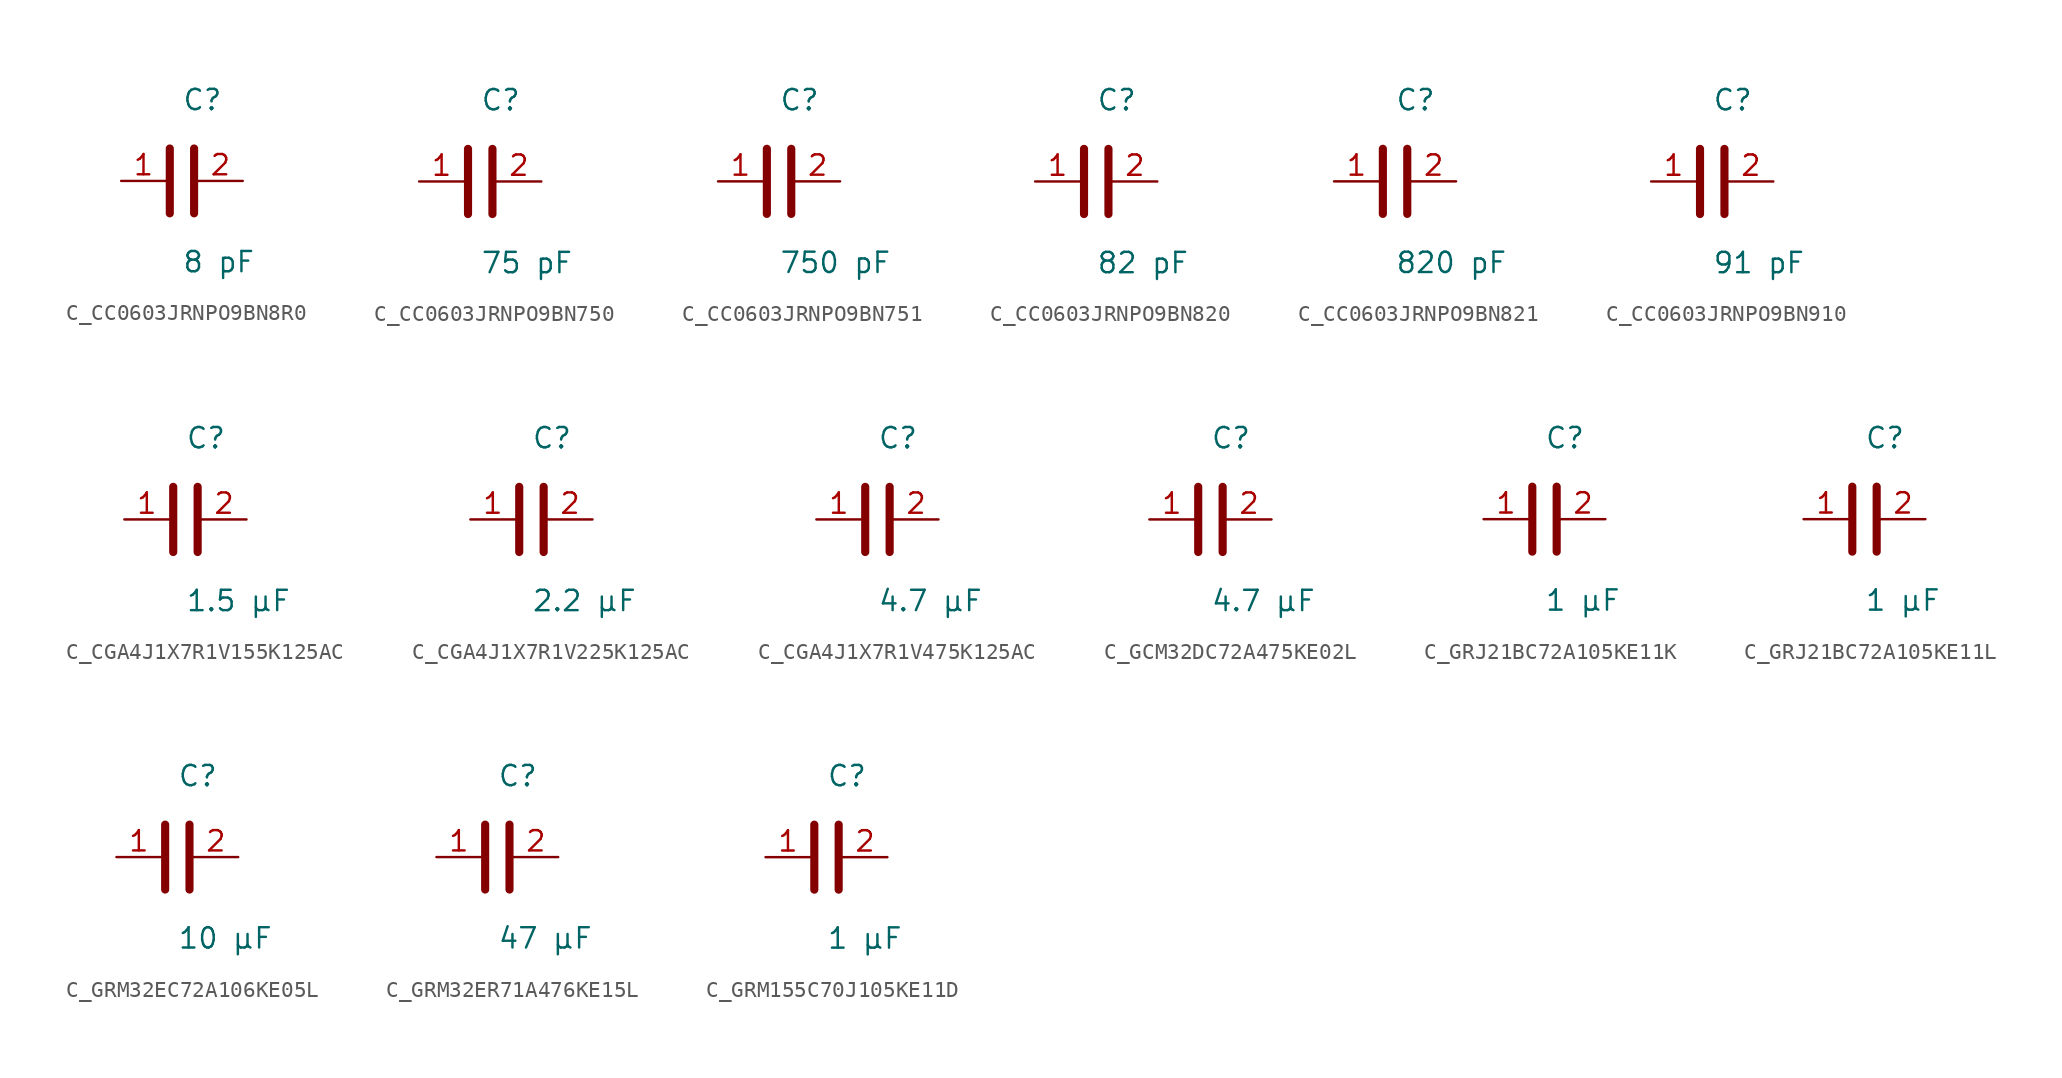
<source format=kicad_sym>
(kicad_symbol_lib
  (version 20231120)
  (generator kicad_symbol_editor)
  (generator_version 8.0)
  (symbol "C_CC0603JRNPO9BN8R0"
    (pin_names
      (offset 0.254))
    (property "Reference" "C"
      (at 0.0 5.08 0)
      (effects (font (size 1.27 1.27)) (justify left)))
    (property "Value" "8 pF"
      (at 0.0 -5.08 0)
      (effects (font (size 1.27 1.27)) (justify left)))
    (symbol "C_CC0603JRNPO9BN8R0_0_1"
      (polyline (pts (xy -0.762 -2.032) (xy -0.762 2.032)) (stroke (width 0.508) (type default)) (fill (type none)))
      (polyline (pts (xy 0.762 -2.032) (xy 0.762 2.032)) (stroke (width 0.508) (type default)) (fill (type none))))
    (pin unspecified line
      (at -3.81 0 0)
      (length 2.8)
      (name "" (effects (font (size 1.27 1.27))))
      (number "1" (effects (font (size 1.27 1.27)))))
    (pin unspecified line
      (at 3.81 0 180)
      (length 2.8)
      (name "" (effects (font (size 1.27 1.27))))
      (number "2" (effects (font (size 1.27 1.27))))))
  (symbol "C_CC0603JRNPO9BN750"
    (pin_names
      (offset 0.254))
    (property "Reference" "C"
      (at 0.0 5.08 0)
      (effects (font (size 1.27 1.27)) (justify left)))
    (property "Value" "75 pF"
      (at 0.0 -5.08 0)
      (effects (font (size 1.27 1.27)) (justify left)))
    (symbol "C_CC0603JRNPO9BN750_0_1"
      (polyline (pts (xy -0.762 -2.032) (xy -0.762 2.032)) (stroke (width 0.508) (type default)) (fill (type none)))
      (polyline (pts (xy 0.762 -2.032) (xy 0.762 2.032)) (stroke (width 0.508) (type default)) (fill (type none))))
    (pin unspecified line
      (at -3.81 0 0)
      (length 2.8)
      (name "" (effects (font (size 1.27 1.27))))
      (number "1" (effects (font (size 1.27 1.27)))))
    (pin unspecified line
      (at 3.81 0 180)
      (length 2.8)
      (name "" (effects (font (size 1.27 1.27))))
      (number "2" (effects (font (size 1.27 1.27))))))
  (symbol "C_CC0603JRNPO9BN751"
    (pin_names
      (offset 0.254))
    (property "Reference" "C"
      (at 0.0 5.08 0)
      (effects (font (size 1.27 1.27)) (justify left)))
    (property "Value" "750 pF"
      (at 0.0 -5.08 0)
      (effects (font (size 1.27 1.27)) (justify left)))
    (symbol "C_CC0603JRNPO9BN751_0_1"
      (polyline (pts (xy -0.762 -2.032) (xy -0.762 2.032)) (stroke (width 0.508) (type default)) (fill (type none)))
      (polyline (pts (xy 0.762 -2.032) (xy 0.762 2.032)) (stroke (width 0.508) (type default)) (fill (type none))))
    (pin unspecified line
      (at -3.81 0 0)
      (length 2.8)
      (name "" (effects (font (size 1.27 1.27))))
      (number "1" (effects (font (size 1.27 1.27)))))
    (pin unspecified line
      (at 3.81 0 180)
      (length 2.8)
      (name "" (effects (font (size 1.27 1.27))))
      (number "2" (effects (font (size 1.27 1.27))))))
  (symbol "C_CC0603JRNPO9BN820"
    (pin_names
      (offset 0.254))
    (property "Reference" "C"
      (at 0.0 5.08 0)
      (effects (font (size 1.27 1.27)) (justify left)))
    (property "Value" "82 pF"
      (at 0.0 -5.08 0)
      (effects (font (size 1.27 1.27)) (justify left)))
    (symbol "C_CC0603JRNPO9BN820_0_1"
      (polyline (pts (xy -0.762 -2.032) (xy -0.762 2.032)) (stroke (width 0.508) (type default)) (fill (type none)))
      (polyline (pts (xy 0.762 -2.032) (xy 0.762 2.032)) (stroke (width 0.508) (type default)) (fill (type none))))
    (pin unspecified line
      (at -3.81 0 0)
      (length 2.8)
      (name "" (effects (font (size 1.27 1.27))))
      (number "1" (effects (font (size 1.27 1.27)))))
    (pin unspecified line
      (at 3.81 0 180)
      (length 2.8)
      (name "" (effects (font (size 1.27 1.27))))
      (number "2" (effects (font (size 1.27 1.27))))))
  (symbol "C_CC0603JRNPO9BN821"
    (pin_names
      (offset 0.254))
    (property "Reference" "C"
      (at 0.0 5.08 0)
      (effects (font (size 1.27 1.27)) (justify left)))
    (property "Value" "820 pF"
      (at 0.0 -5.08 0)
      (effects (font (size 1.27 1.27)) (justify left)))
    (symbol "C_CC0603JRNPO9BN821_0_1"
      (polyline (pts (xy -0.762 -2.032) (xy -0.762 2.032)) (stroke (width 0.508) (type default)) (fill (type none)))
      (polyline (pts (xy 0.762 -2.032) (xy 0.762 2.032)) (stroke (width 0.508) (type default)) (fill (type none))))
    (pin unspecified line
      (at -3.81 0 0)
      (length 2.8)
      (name "" (effects (font (size 1.27 1.27))))
      (number "1" (effects (font (size 1.27 1.27)))))
    (pin unspecified line
      (at 3.81 0 180)
      (length 2.8)
      (name "" (effects (font (size 1.27 1.27))))
      (number "2" (effects (font (size 1.27 1.27))))))
  (symbol "C_CC0603JRNPO9BN910"
    (pin_names
      (offset 0.254))
    (property "Reference" "C"
      (at 0.0 5.08 0)
      (effects (font (size 1.27 1.27)) (justify left)))
    (property "Value" "91 pF"
      (at 0.0 -5.08 0)
      (effects (font (size 1.27 1.27)) (justify left)))
    (symbol "C_CC0603JRNPO9BN910_0_1"
      (polyline (pts (xy -0.762 -2.032) (xy -0.762 2.032)) (stroke (width 0.508) (type default)) (fill (type none)))
      (polyline (pts (xy 0.762 -2.032) (xy 0.762 2.032)) (stroke (width 0.508) (type default)) (fill (type none))))
    (pin unspecified line
      (at -3.81 0 0)
      (length 2.8)
      (name "" (effects (font (size 1.27 1.27))))
      (number "1" (effects (font (size 1.27 1.27)))))
    (pin unspecified line
      (at 3.81 0 180)
      (length 2.8)
      (name "" (effects (font (size 1.27 1.27))))
      (number "2" (effects (font (size 1.27 1.27))))))
  (symbol "C_CGA4J1X7R1V155K125AC"
    (pin_names
      (offset 0.254))
    (property "Reference" "C"
      (at 0.0 5.08 0)
      (effects (font (size 1.27 1.27)) (justify left)))
    (property "Value" "1.5 µF"
      (at 0.0 -5.08 0)
      (effects (font (size 1.27 1.27)) (justify left)))
    (symbol "C_CGA4J1X7R1V155K125AC_0_1"
      (polyline (pts (xy -0.762 -2.032) (xy -0.762 2.032)) (stroke (width 0.508) (type default)) (fill (type none)))
      (polyline (pts (xy 0.762 -2.032) (xy 0.762 2.032)) (stroke (width 0.508) (type default)) (fill (type none))))
    (pin unspecified line
      (at -3.81 0 0)
      (length 2.8)
      (name "" (effects (font (size 1.27 1.27))))
      (number "1" (effects (font (size 1.27 1.27)))))
    (pin unspecified line
      (at 3.81 0 180)
      (length 2.8)
      (name "" (effects (font (size 1.27 1.27))))
      (number "2" (effects (font (size 1.27 1.27))))))
  (symbol "C_CGA4J1X7R1V225K125AC"
    (pin_names
      (offset 0.254))
    (property "Reference" "C"
      (at 0.0 5.08 0)
      (effects (font (size 1.27 1.27)) (justify left)))
    (property "Value" "2.2 µF"
      (at 0.0 -5.08 0)
      (effects (font (size 1.27 1.27)) (justify left)))
    (symbol "C_CGA4J1X7R1V225K125AC_0_1"
      (polyline (pts (xy -0.762 -2.032) (xy -0.762 2.032)) (stroke (width 0.508) (type default)) (fill (type none)))
      (polyline (pts (xy 0.762 -2.032) (xy 0.762 2.032)) (stroke (width 0.508) (type default)) (fill (type none))))
    (pin unspecified line
      (at -3.81 0 0)
      (length 2.8)
      (name "" (effects (font (size 1.27 1.27))))
      (number "1" (effects (font (size 1.27 1.27)))))
    (pin unspecified line
      (at 3.81 0 180)
      (length 2.8)
      (name "" (effects (font (size 1.27 1.27))))
      (number "2" (effects (font (size 1.27 1.27))))))
  (symbol "C_CGA4J1X7R1V475K125AC"
    (pin_names
      (offset 0.254))
    (property "Reference" "C"
      (at 0.0 5.08 0)
      (effects (font (size 1.27 1.27)) (justify left)))
    (property "Value" "4.7 µF"
      (at 0.0 -5.08 0)
      (effects (font (size 1.27 1.27)) (justify left)))
    (symbol "C_CGA4J1X7R1V475K125AC_0_1"
      (polyline (pts (xy -0.762 -2.032) (xy -0.762 2.032)) (stroke (width 0.508) (type default)) (fill (type none)))
      (polyline (pts (xy 0.762 -2.032) (xy 0.762 2.032)) (stroke (width 0.508) (type default)) (fill (type none))))
    (pin unspecified line
      (at -3.81 0 0)
      (length 2.8)
      (name "" (effects (font (size 1.27 1.27))))
      (number "1" (effects (font (size 1.27 1.27)))))
    (pin unspecified line
      (at 3.81 0 180)
      (length 2.8)
      (name "" (effects (font (size 1.27 1.27))))
      (number "2" (effects (font (size 1.27 1.27))))))
  (symbol "C_GCM32DC72A475KE02L"
    (pin_names
      (offset 0.254))
    (property "Reference" "C"
      (at 0.0 5.08 0)
      (effects (font (size 1.27 1.27)) (justify left)))
    (property "Value" "4.7 µF"
      (at 0.0 -5.08 0)
      (effects (font (size 1.27 1.27)) (justify left)))
    (symbol "C_GCM32DC72A475KE02L_0_1"
      (polyline (pts (xy -0.762 -2.032) (xy -0.762 2.032)) (stroke (width 0.508) (type default)) (fill (type none)))
      (polyline (pts (xy 0.762 -2.032) (xy 0.762 2.032)) (stroke (width 0.508) (type default)) (fill (type none))))
    (pin unspecified line
      (at -3.81 0 0)
      (length 2.8)
      (name "" (effects (font (size 1.27 1.27))))
      (number "1" (effects (font (size 1.27 1.27)))))
    (pin unspecified line
      (at 3.81 0 180)
      (length 2.8)
      (name "" (effects (font (size 1.27 1.27))))
      (number "2" (effects (font (size 1.27 1.27))))))
  (symbol "C_GRJ21BC72A105KE11K"
    (pin_names
      (offset 0.254))
    (property "Reference" "C"
      (at 0.0 5.08 0)
      (effects (font (size 1.27 1.27)) (justify left)))
    (property "Value" "1 µF"
      (at 0.0 -5.08 0)
      (effects (font (size 1.27 1.27)) (justify left)))
    (symbol "C_GRJ21BC72A105KE11K_0_1"
      (polyline (pts (xy -0.762 -2.032) (xy -0.762 2.032)) (stroke (width 0.508) (type default)) (fill (type none)))
      (polyline (pts (xy 0.762 -2.032) (xy 0.762 2.032)) (stroke (width 0.508) (type default)) (fill (type none))))
    (pin unspecified line
      (at -3.81 0 0)
      (length 2.8)
      (name "" (effects (font (size 1.27 1.27))))
      (number "1" (effects (font (size 1.27 1.27)))))
    (pin unspecified line
      (at 3.81 0 180)
      (length 2.8)
      (name "" (effects (font (size 1.27 1.27))))
      (number "2" (effects (font (size 1.27 1.27))))))
  (symbol "C_GRJ21BC72A105KE11L"
    (pin_names
      (offset 0.254))
    (property "Reference" "C"
      (at 0.0 5.08 0)
      (effects (font (size 1.27 1.27)) (justify left)))
    (property "Value" "1 µF"
      (at 0.0 -5.08 0)
      (effects (font (size 1.27 1.27)) (justify left)))
    (symbol "C_GRJ21BC72A105KE11L_0_1"
      (polyline (pts (xy -0.762 -2.032) (xy -0.762 2.032)) (stroke (width 0.508) (type default)) (fill (type none)))
      (polyline (pts (xy 0.762 -2.032) (xy 0.762 2.032)) (stroke (width 0.508) (type default)) (fill (type none))))
    (pin unspecified line
      (at -3.81 0 0)
      (length 2.8)
      (name "" (effects (font (size 1.27 1.27))))
      (number "1" (effects (font (size 1.27 1.27)))))
    (pin unspecified line
      (at 3.81 0 180)
      (length 2.8)
      (name "" (effects (font (size 1.27 1.27))))
      (number "2" (effects (font (size 1.27 1.27))))))
  (symbol "C_GRM32EC72A106KE05L"
    (pin_names
      (offset 0.254))
    (property "Reference" "C"
      (at 0.0 5.08 0)
      (effects (font (size 1.27 1.27)) (justify left)))
    (property "Value" "10 µF"
      (at 0.0 -5.08 0)
      (effects (font (size 1.27 1.27)) (justify left)))
    (symbol "C_GRM32EC72A106KE05L_0_1"
      (polyline (pts (xy -0.762 -2.032) (xy -0.762 2.032)) (stroke (width 0.508) (type default)) (fill (type none)))
      (polyline (pts (xy 0.762 -2.032) (xy 0.762 2.032)) (stroke (width 0.508) (type default)) (fill (type none))))
    (pin unspecified line
      (at -3.81 0 0)
      (length 2.8)
      (name "" (effects (font (size 1.27 1.27))))
      (number "1" (effects (font (size 1.27 1.27)))))
    (pin unspecified line
      (at 3.81 0 180)
      (length 2.8)
      (name "" (effects (font (size 1.27 1.27))))
      (number "2" (effects (font (size 1.27 1.27))))))
  (symbol "C_GRM32ER71A476KE15L"
    (pin_names
      (offset 0.254))
    (property "Reference" "C"
      (at 0.0 5.08 0)
      (effects (font (size 1.27 1.27)) (justify left)))
    (property "Value" "47 µF"
      (at 0.0 -5.08 0)
      (effects (font (size 1.27 1.27)) (justify left)))
    (symbol "C_GRM32ER71A476KE15L_0_1"
      (polyline (pts (xy -0.762 -2.032) (xy -0.762 2.032)) (stroke (width 0.508) (type default)) (fill (type none)))
      (polyline (pts (xy 0.762 -2.032) (xy 0.762 2.032)) (stroke (width 0.508) (type default)) (fill (type none))))
    (pin unspecified line
      (at -3.81 0 0)
      (length 2.8)
      (name "" (effects (font (size 1.27 1.27))))
      (number "1" (effects (font (size 1.27 1.27)))))
    (pin unspecified line
      (at 3.81 0 180)
      (length 2.8)
      (name "" (effects (font (size 1.27 1.27))))
      (number "2" (effects (font (size 1.27 1.27))))))
  (symbol "C_GRM155C70J105KE11D"
    (pin_names
      (offset 0.254))
    (property "Reference" "C"
      (at 0.0 5.08 0)
      (effects (font (size 1.27 1.27)) (justify left)))
    (property "Value" "1 µF"
      (at 0.0 -5.08 0)
      (effects (font (size 1.27 1.27)) (justify left)))
    (symbol "C_GRM155C70J105KE11D_0_1"
      (polyline (pts (xy -0.762 -2.032) (xy -0.762 2.032)) (stroke (width 0.508) (type default)) (fill (type none)))
      (polyline (pts (xy 0.762 -2.032) (xy 0.762 2.032)) (stroke (width 0.508) (type default)) (fill (type none))))
    (pin unspecified line
      (at -3.81 0 0)
      (length 2.8)
      (name "" (effects (font (size 1.27 1.27))))
      (number "1" (effects (font (size 1.27 1.27)))))
    (pin unspecified line
      (at 3.81 0 180)
      (length 2.8)
      (name "" (effects (font (size 1.27 1.27))))
      (number "2" (effects (font (size 1.27 1.27)))))))
</source>
